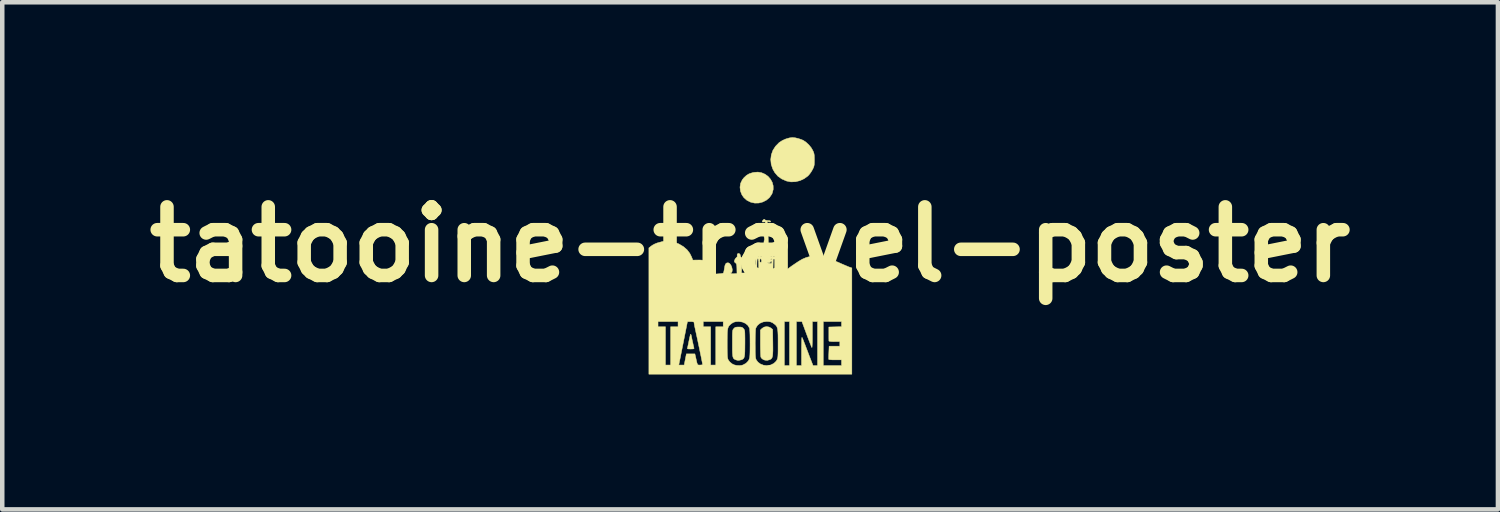
<source format=kicad_pcb>
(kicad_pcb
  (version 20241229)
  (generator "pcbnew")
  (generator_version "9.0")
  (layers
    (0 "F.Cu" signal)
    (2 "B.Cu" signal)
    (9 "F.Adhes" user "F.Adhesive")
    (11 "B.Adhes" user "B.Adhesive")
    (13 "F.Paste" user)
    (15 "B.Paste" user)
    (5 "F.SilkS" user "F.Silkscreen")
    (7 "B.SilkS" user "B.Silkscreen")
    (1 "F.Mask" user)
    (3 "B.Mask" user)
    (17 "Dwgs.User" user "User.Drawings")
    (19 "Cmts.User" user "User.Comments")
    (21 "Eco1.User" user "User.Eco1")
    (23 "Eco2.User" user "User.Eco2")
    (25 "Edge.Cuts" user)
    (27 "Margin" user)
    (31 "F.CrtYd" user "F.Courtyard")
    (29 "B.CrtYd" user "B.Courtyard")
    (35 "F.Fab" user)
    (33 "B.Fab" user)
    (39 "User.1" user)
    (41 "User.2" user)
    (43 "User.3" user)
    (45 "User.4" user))
  (footprint "tatooine-travel-poster"
    (layer "F.Cu")
    (at 13.614 2.38)
    (property "Reference" "tatooine-travel-poster" (at 0 0 0) (layer "F.SilkS") (effects (font (size 1.524 1.524) (thickness 0.3))))
    (attr through_hole)
    (fp_poly (pts (xy -1.312 2.005) (xy -1.304 2.033) (xy -1.302 2.048) (xy -1.294 2.087) (xy -1.283 2.14) (xy -1.27 2.196) (xy -1.269 2.203) (xy -1.258 2.252) (xy -1.249 2.29) (xy -1.245 2.312) (xy -1.245 2.315) (xy -1.256 2.32) (xy -1.286 2.323) (xy -1.322 2.324) (xy -1.365 2.323) (xy -1.388 2.319) (xy -1.394 2.311) (xy -1.393 2.305) (xy -1.387 2.286) (xy -1.379 2.247) (xy -1.368 2.195) (xy -1.357 2.14) (xy -1.345 2.083) (xy -1.334 2.036) (xy -1.325 2.005) (xy -1.319 1.994) (xy -1.312 2.005)) (stroke (width 0.01) (type solid)) (fill yes) (layer "F.SilkS"))
    (fp_poly (pts (xy 0.258 -1.592) (xy 0.334 -1.559) (xy 0.4 -1.511) (xy 0.453 -1.45) (xy 0.492 -1.38) (xy 0.513 -1.303) (xy 0.514 -1.222) (xy 0.493 -1.141) (xy 0.482 -1.116) (xy 0.431 -1.042) (xy 0.363 -0.984) (xy 0.283 -0.943) (xy 0.195 -0.92) (xy 0.104 -0.918) (xy 0.015 -0.938) (xy -0.07 -0.98) (xy -0.137 -1.039) (xy -0.18 -1.1) (xy -0.214 -1.185) (xy -0.224 -1.271) (xy -0.211 -1.356) (xy -0.173 -1.435) (xy -0.136 -1.482) (xy -0.081 -1.533) (xy -0.021 -1.569) (xy 0.052 -1.593) (xy 0.084 -1.6) (xy 0.174 -1.607) (xy 0.258 -1.592)) (stroke (width 0.01) (type solid)) (fill yes) (layer "F.SilkS"))
    (fp_poly (pts (xy 0.421 1.835) (xy 0.466 1.859) (xy 0.502 1.89) (xy 0.506 2.179) (xy 0.507 2.283) (xy 0.507 2.365) (xy 0.504 2.427) (xy 0.5 2.474) (xy 0.492 2.507) (xy 0.48 2.53) (xy 0.465 2.546) (xy 0.444 2.557) (xy 0.436 2.561) (xy 0.381 2.576) (xy 0.329 2.571) (xy 0.295 2.559) (xy 0.263 2.537) (xy 0.242 2.509) (xy 0.241 2.508) (xy 0.237 2.486) (xy 0.234 2.442) (xy 0.232 2.382) (xy 0.23 2.308) (xy 0.229 2.225) (xy 0.229 2.189) (xy 0.229 1.903) (xy 0.266 1.866) (xy 0.311 1.837) (xy 0.366 1.826) (xy 0.421 1.835)) (stroke (width 0.01) (type solid)) (fill yes) (layer "F.SilkS"))
    (fp_poly (pts (xy 1.006 -2.368) (xy 1.08 -2.35) (xy 1.154 -2.324) (xy 1.185 -2.31) (xy 1.243 -2.27) (xy 1.303 -2.215) (xy 1.356 -2.151) (xy 1.393 -2.088) (xy 1.41 -2.051) (xy 1.42 -2.018) (xy 1.426 -1.982) (xy 1.428 -1.934) (xy 1.429 -1.879) (xy 1.428 -1.817) (xy 1.426 -1.774) (xy 1.42 -1.74) (xy 1.409 -1.708) (xy 1.391 -1.671) (xy 1.385 -1.66) (xy 1.355 -1.608) (xy 1.318 -1.558) (xy 1.286 -1.522) (xy 1.202 -1.461) (xy 1.108 -1.417) (xy 1.008 -1.393) (xy 0.907 -1.389) (xy 0.812 -1.408) (xy 0.811 -1.408) (xy 0.705 -1.454) (xy 0.619 -1.515) (xy 0.55 -1.595) (xy 0.504 -1.676) (xy 0.469 -1.781) (xy 0.459 -1.887) (xy 0.472 -1.991) (xy 0.507 -2.089) (xy 0.565 -2.18) (xy 0.643 -2.26) (xy 0.652 -2.267) (xy 0.718 -2.309) (xy 0.794 -2.343) (xy 0.873 -2.366) (xy 0.941 -2.375) (xy 1.006 -2.368)) (stroke (width 0.01) (type solid)) (fill yes) (layer "F.SilkS"))
    (fp_poly (pts (xy -0.209 1.836) (xy -0.18 1.842) (xy -0.16 1.855) (xy -0.145 1.871) (xy -0.135 1.883) (xy -0.128 1.895) (xy -0.122 1.912) (xy -0.118 1.936) (xy -0.116 1.971) (xy -0.115 2.02) (xy -0.114 2.088) (xy -0.114 2.176) (xy -0.114 2.192) (xy -0.115 2.296) (xy -0.116 2.377) (xy -0.119 2.439) (xy -0.125 2.484) (xy -0.134 2.516) (xy -0.147 2.537) (xy -0.165 2.551) (xy -0.187 2.561) (xy -0.2 2.565) (xy -0.245 2.575) (xy -0.278 2.575) (xy -0.312 2.566) (xy -0.318 2.564) (xy -0.34 2.554) (xy -0.358 2.542) (xy -0.371 2.525) (xy -0.381 2.5) (xy -0.387 2.464) (xy -0.391 2.413) (xy -0.393 2.345) (xy -0.393 2.256) (xy -0.393 2.201) (xy -0.393 2.107) (xy -0.393 2.035) (xy -0.392 1.982) (xy -0.39 1.944) (xy -0.387 1.917) (xy -0.382 1.899) (xy -0.375 1.886) (xy -0.366 1.875) (xy -0.363 1.871) (xy -0.343 1.851) (xy -0.321 1.84) (xy -0.289 1.836) (xy -0.254 1.835) (xy -0.209 1.836)) (stroke (width 0.01) (type solid)) (fill yes) (layer "F.SilkS"))
    (fp_poly (pts (xy 0.325 -0.556) (xy 0.333 -0.545) (xy 0.347 -0.537) (xy 0.378 -0.531) (xy 0.397 -0.53) (xy 0.437 -0.527) (xy 0.455 -0.518) (xy 0.457 -0.511) (xy 0.45 -0.5) (xy 0.427 -0.5) (xy 0.419 -0.502) (xy 0.381 -0.51) (xy 0.381 -0.389) (xy 0.382 -0.336) (xy 0.385 -0.293) (xy 0.39 -0.267) (xy 0.392 -0.261) (xy 0.396 -0.247) (xy 0.4 -0.211) (xy 0.402 -0.159) (xy 0.404 -0.093) (xy 0.405 -0.029) (xy 0.406 0.053) (xy 0.407 0.113) (xy 0.409 0.156) (xy 0.413 0.183) (xy 0.418 0.201) (xy 0.425 0.211) (xy 0.429 0.213) (xy 0.447 0.232) (xy 0.451 0.244) (xy 0.461 0.26) (xy 0.468 0.264) (xy 0.477 0.262) (xy 0.481 0.244) (xy 0.481 0.206) (xy 0.481 0.19) (xy 0.48 0.14) (xy 0.485 0.112) (xy 0.492 0.105) (xy 0.501 0.109) (xy 0.506 0.132) (xy 0.508 0.177) (xy 0.508 0.183) (xy 0.509 0.23) (xy 0.514 0.256) (xy 0.522 0.266) (xy 0.527 0.267) (xy 0.55 0.269) (xy 0.556 0.27) (xy 0.561 0.26) (xy 0.566 0.23) (xy 0.571 0.187) (xy 0.572 0.179) (xy 0.577 0.125) (xy 0.586 0.09) (xy 0.594 0.079) (xy 0.599 0.083) (xy 0.603 0.099) (xy 0.606 0.13) (xy 0.608 0.179) (xy 0.609 0.247) (xy 0.61 0.337) (xy 0.61 0.38) (xy 0.61 0.473) (xy 0.611 0.553) (xy 0.614 0.616) (xy 0.616 0.66) (xy 0.62 0.683) (xy 0.621 0.686) (xy 0.637 0.679) (xy 0.666 0.662) (xy 0.705 0.638) (xy 0.746 0.611) (xy 0.783 0.585) (xy 0.811 0.565) (xy 0.863 0.525) (xy 0.926 0.479) (xy 0.995 0.432) (xy 1.062 0.387) (xy 1.122 0.35) (xy 1.165 0.326) (xy 1.242 0.293) (xy 1.328 0.269) (xy 1.412 0.256) (xy 1.447 0.254) (xy 1.513 0.257) (xy 1.582 0.267) (xy 1.657 0.285) (xy 1.741 0.311) (xy 1.838 0.348) (xy 1.952 0.395) (xy 2.019 0.425) (xy 2.079 0.451) (xy 2.136 0.475) (xy 2.182 0.495) (xy 2.207 0.504) (xy 2.261 0.523) (xy 2.261 2.883) (xy -2.248 2.883) (xy -2.248 1.714) (xy -2.045 1.714) (xy -2.045 1.829) (xy -1.88 1.829) (xy -1.88 2.68) (xy -1.765 2.68) (xy -1.584 2.68) (xy -1.464 2.68) (xy -1.415 2.432) (xy -1.226 2.432) (xy -1.208 2.508) (xy -1.193 2.576) (xy -1.182 2.624) (xy -1.172 2.654) (xy -1.162 2.671) (xy -1.15 2.678) (xy -1.133 2.68) (xy -1.111 2.68) (xy -1.077 2.677) (xy -1.057 2.672) (xy -1.054 2.669) (xy -1.057 2.654) (xy -1.064 2.617) (xy -1.075 2.563) (xy -1.088 2.495) (xy -1.105 2.417) (xy -1.122 2.332) (xy -1.141 2.243) (xy -1.159 2.155) (xy -1.177 2.071) (xy -1.194 1.994) (xy -1.208 1.929) (xy -1.219 1.878) (xy -1.219 1.875) (xy -1.231 1.823) (xy -1.239 1.777) (xy -1.244 1.746) (xy -1.245 1.739) (xy -1.248 1.725) (xy -1.261 1.718) (xy -1.291 1.715) (xy -1.318 1.715) (xy -1.391 1.715) (xy -1.487 2.197) (xy -1.584 2.68) (xy -1.765 2.68) (xy -1.765 1.829) (xy -1.6 1.829) (xy -1.6 1.714) (xy -1.041 1.714) (xy -1.041 1.829) (xy -0.876 1.829) (xy -0.876 2.68) (xy -0.762 2.68) (xy -0.762 2.204) (xy -0.508 2.204) (xy -0.508 2.305) (xy -0.507 2.384) (xy -0.505 2.444) (xy -0.503 2.488) (xy -0.499 2.52) (xy -0.494 2.543) (xy -0.487 2.561) (xy -0.487 2.561) (xy -0.451 2.611) (xy -0.398 2.654) (xy -0.349 2.677) (xy -0.299 2.688) (xy -0.24 2.691) (xy -0.186 2.686) (xy -0.156 2.677) (xy -0.089 2.64) (xy -0.043 2.593) (xy -0.024 2.56) (xy -0.017 2.541) (xy -0.011 2.519) (xy -0.007 2.491) (xy -0.004 2.452) (xy -0.002 2.4) (xy -0.001 2.331) (xy -0.000341 2.242) (xy -0.000286 2.206) (xy 0.114 2.206) (xy 0.115 2.306) (xy 0.115 2.385) (xy 0.117 2.444) (xy 0.12 2.489) (xy 0.123 2.521) (xy 0.129 2.544) (xy 0.135 2.561) (xy 0.174 2.615) (xy 0.231 2.657) (xy 0.298 2.683) (xy 0.372 2.692) (xy 0.446 2.682) (xy 0.458 2.678) (xy 0.529 2.643) (xy 0.58 2.594) (xy 0.597 2.565) (xy 0.605 2.548) (xy 0.611 2.528) (xy 0.616 2.504) (xy 0.619 2.47) (xy 0.621 2.424) (xy 0.622 2.362) (xy 0.622 2.281) (xy 0.622 2.204) (xy 0.622 2.097) (xy 0.621 2.012) (xy 0.618 1.946) (xy 0.613 1.896) (xy 0.606 1.859) (xy 0.595 1.83) (xy 0.581 1.807) (xy 0.562 1.787) (xy 0.545 1.773) (xy 0.498 1.739) (xy 0.451 1.72) (xy 0.408 1.714) (xy 0.762 1.714) (xy 0.762 2.692) (xy 0.876 2.692) (xy 0.876 1.714) (xy 1.029 1.714) (xy 1.029 2.692) (xy 1.143 2.692) (xy 1.143 2.372) (xy 1.143 2.286) (xy 1.145 2.209) (xy 1.146 2.146) (xy 1.148 2.098) (xy 1.151 2.07) (xy 1.153 2.064) (xy 1.162 2.08) (xy 1.177 2.115) (xy 1.196 2.164) (xy 1.218 2.221) (xy 1.219 2.223) (xy 1.246 2.295) (xy 1.279 2.38) (xy 1.311 2.466) (xy 1.336 2.53) (xy 1.399 2.692) (xy 1.499 2.692) (xy 1.499 1.714) (xy 1.626 1.714) (xy 1.626 2.692) (xy 2.032 2.692) (xy 2.032 2.565) (xy 1.893 2.565) (xy 1.836 2.565) (xy 1.79 2.562) (xy 1.759 2.559) (xy 1.749 2.556) (xy 1.747 2.54) (xy 1.747 2.504) (xy 1.748 2.454) (xy 1.75 2.403) (xy 1.756 2.261) (xy 1.994 2.261) (xy 1.994 2.159) (xy 1.873 2.159) (xy 1.812 2.158) (xy 1.773 2.154) (xy 1.754 2.148) (xy 1.751 2.143) (xy 1.751 2.125) (xy 1.75 2.087) (xy 1.75 2.035) (xy 1.75 1.981) (xy 1.75 1.835) (xy 2.032 1.828) (xy 2.032 1.714) (xy 1.626 1.714) (xy 1.499 1.714) (xy 1.384 1.714) (xy 1.384 2.009) (xy 1.384 2.098) (xy 1.383 2.173) (xy 1.38 2.232) (xy 1.378 2.272) (xy 1.375 2.291) (xy 1.373 2.292) (xy 1.366 2.277) (xy 1.351 2.242) (xy 1.33 2.189) (xy 1.305 2.124) (xy 1.276 2.048) (xy 1.257 1.997) (xy 1.152 1.714) (xy 1.029 1.714) (xy 0.876 1.714) (xy 0.762 1.714) (xy 0.408 1.714) (xy 0.394 1.713) (xy 0.367 1.712) (xy 0.29 1.722) (xy 0.221 1.751) (xy 0.166 1.796) (xy 0.13 1.854) (xy 0.128 1.858) (xy 0.123 1.883) (xy 0.12 1.931) (xy 0.117 1.999) (xy 0.115 2.084) (xy 0.114 2.185) (xy 0.114 2.206) (xy -0.000286 2.206) (xy -0.000279 2.201) (xy -0.001 2.098) (xy -0.002 2.01) (xy -0.005 1.939) (xy -0.009 1.889) (xy -0.013 1.86) (xy -0.014 1.858) (xy -0.049 1.799) (xy -0.103 1.754) (xy -0.172 1.724) (xy -0.251 1.713) (xy -0.315 1.716) (xy -0.364 1.729) (xy -0.41 1.756) (xy -0.431 1.773) (xy -0.453 1.793) (xy -0.471 1.814) (xy -0.484 1.838) (xy -0.494 1.868) (xy -0.501 1.909) (xy -0.505 1.964) (xy -0.507 2.034) (xy -0.508 2.125) (xy -0.508 2.204) (xy -0.762 2.204) (xy -0.762 1.829) (xy -0.597 1.829) (xy -0.597 1.714) (xy -1.041 1.714) (xy -1.6 1.714) (xy -2.045 1.714) (xy -2.248 1.714) (xy -2.248 0.078) (xy -2.201 0.04) (xy -2.165 0.015) (xy -2.116 -0.011) (xy -2.067 -0.031) (xy -1.944 -0.065) (xy -1.823 -0.073) (xy -1.705 -0.056) (xy -1.59 -0.014) (xy -1.581 -0.01) (xy -1.48 0.05) (xy -1.4 0.119) (xy -1.339 0.199) (xy -1.301 0.275) (xy -1.272 0.348) (xy -1.16 0.347) (xy -1.107 0.347) (xy -1.062 0.35) (xy -1.032 0.355) (xy -1.027 0.357) (xy -1.006 0.38) (xy -0.99 0.421) (xy -0.98 0.475) (xy -0.978 0.517) (xy -0.975 0.552) (xy -0.968 0.575) (xy -0.965 0.578) (xy -0.955 0.595) (xy -0.953 0.617) (xy -0.943 0.647) (xy -0.927 0.658) (xy -0.904 0.661) (xy -0.864 0.662) (xy -0.812 0.66) (xy -0.754 0.657) (xy -0.698 0.653) (xy -0.648 0.648) (xy -0.611 0.643) (xy -0.594 0.637) (xy -0.594 0.637) (xy -0.587 0.62) (xy -0.579 0.584) (xy -0.571 0.538) (xy -0.57 0.532) (xy -0.559 0.471) (xy -0.543 0.432) (xy -0.521 0.413) (xy -0.49 0.408) (xy -0.484 0.409) (xy -0.454 0.424) (xy -0.427 0.458) (xy -0.407 0.502) (xy -0.396 0.552) (xy -0.396 0.575) (xy -0.402 0.612) (xy -0.413 0.626) (xy -0.416 0.625) (xy -0.431 0.63) (xy -0.432 0.634) (xy -0.42 0.647) (xy -0.385 0.652) (xy -0.34 0.65) (xy -0.291 0.645) (xy -0.293 0.538) (xy -0.295 0.485) (xy -0.299 0.451) (xy -0.306 0.43) (xy -0.318 0.415) (xy -0.326 0.409) (xy -0.346 0.391) (xy -0.35 0.372) (xy -0.342 0.346) (xy -0.325 0.313) (xy -0.304 0.292) (xy -0.303 0.291) (xy -0.285 0.272) (xy -0.286 0.253) (xy -0.286 0.224) (xy -0.279 0.209) (xy -0.258 0.199) (xy -0.235 0.207) (xy -0.219 0.229) (xy -0.216 0.247) (xy -0.209 0.273) (xy -0.199 0.283) (xy -0.182 0.298) (xy -0.161 0.326) (xy -0.155 0.335) (xy -0.128 0.38) (xy -0.155 0.399) (xy -0.168 0.412) (xy -0.177 0.432) (xy -0.182 0.464) (xy -0.185 0.516) (xy -0.186 0.525) (xy -0.191 0.634) (xy -0.038 0.637) (xy 0.114 0.641) (xy 0.117 0.495) (xy 0.117 0.483) (xy 0.152 0.483) (xy 0.153 0.551) (xy 0.154 0.598) (xy 0.158 0.628) (xy 0.163 0.643) (xy 0.17 0.648) (xy 0.171 0.648) (xy 0.179 0.644) (xy 0.185 0.63) (xy 0.186 0.622) (xy 0.216 0.622) (xy 0.224 0.643) (xy 0.235 0.648) (xy 0.25 0.637) (xy 0.254 0.622) (xy 0.249 0.61) (xy 0.457 0.61) (xy 0.463 0.63) (xy 0.47 0.635) (xy 0.48 0.624) (xy 0.483 0.61) (xy 0.477 0.589) (xy 0.47 0.584) (xy 0.46 0.595) (xy 0.457 0.61) (xy 0.249 0.61) (xy 0.246 0.602) (xy 0.235 0.597) (xy 0.219 0.607) (xy 0.216 0.622) (xy 0.186 0.622) (xy 0.188 0.603) (xy 0.19 0.559) (xy 0.19 0.544) (xy 0.51 0.544) (xy 0.51 0.597) (xy 0.511 0.637) (xy 0.514 0.657) (xy 0.514 0.657) (xy 0.53 0.67) (xy 0.549 0.671) (xy 0.561 0.668) (xy 0.569 0.662) (xy 0.574 0.647) (xy 0.576 0.62) (xy 0.578 0.577) (xy 0.578 0.514) (xy 0.578 0.495) (xy 0.578 0.324) (xy 0.514 0.324) (xy 0.511 0.482) (xy 0.51 0.544) (xy 0.19 0.544) (xy 0.19 0.493) (xy 0.191 0.483) (xy 0.19 0.414) (xy 0.19 0.41) (xy 0.375 0.41) (xy 0.419 0.418) (xy 0.457 0.423) (xy 0.476 0.419) (xy 0.482 0.401) (xy 0.483 0.393) (xy 0.477 0.373) (xy 0.47 0.368) (xy 0.459 0.379) (xy 0.457 0.387) (xy 0.445 0.403) (xy 0.416 0.408) (xy 0.375 0.41) (xy 0.19 0.41) (xy 0.189 0.367) (xy 0.188 0.362) (xy 0.216 0.362) (xy 0.22 0.395) (xy 0.233 0.406) (xy 0.235 0.406) (xy 0.249 0.397) (xy 0.254 0.366) (xy 0.254 0.362) (xy 0.25 0.33) (xy 0.457 0.33) (xy 0.467 0.343) (xy 0.47 0.343) (xy 0.482 0.333) (xy 0.483 0.33) (xy 0.473 0.318) (xy 0.47 0.318) (xy 0.458 0.327) (xy 0.457 0.33) (xy 0.25 0.33) (xy 0.25 0.329) (xy 0.237 0.318) (xy 0.235 0.318) (xy 0.221 0.327) (xy 0.216 0.358) (xy 0.216 0.362) (xy 0.188 0.362) (xy 0.185 0.337) (xy 0.18 0.322) (xy 0.173 0.318) (xy 0.171 0.318) (xy 0.164 0.321) (xy 0.158 0.335) (xy 0.155 0.362) (xy 0.153 0.406) (xy 0.152 0.472) (xy 0.152 0.483) (xy 0.117 0.483) (xy 0.118 0.418) (xy 0.119 0.332) (xy 0.12 0.251) (xy 0.12 0.216) (xy 0.121 0.155) (xy 0.124 0.115) (xy 0.129 0.092) (xy 0.136 0.083) (xy 0.14 0.083) (xy 0.15 0.087) (xy 0.154 0.104) (xy 0.156 0.137) (xy 0.154 0.181) (xy 0.152 0.231) (xy 0.154 0.26) (xy 0.159 0.275) (xy 0.169 0.279) (xy 0.172 0.279) (xy 0.183 0.277) (xy 0.189 0.267) (xy 0.19 0.244) (xy 0.188 0.203) (xy 0.186 0.172) (xy 0.183 0.11) (xy 0.185 0.072) (xy 0.192 0.056) (xy 0.209 0.056) (xy 0.221 0.08) (xy 0.226 0.128) (xy 0.226 0.171) (xy 0.227 0.222) (xy 0.233 0.255) (xy 0.243 0.267) (xy 0.257 0.256) (xy 0.267 0.235) (xy 0.281 0.212) (xy 0.295 0.207) (xy 0.302 0.203) (xy 0.307 0.185) (xy 0.308 0.149) (xy 0.308 0.091) (xy 0.307 0.067) (xy 0.307 0.005) (xy 0.308 -0.045) (xy 0.311 -0.079) (xy 0.315 -0.092) (xy 0.321 -0.114) (xy 0.316 -0.144) (xy 0.306 -0.198) (xy 0.308 -0.239) (xy 0.323 -0.263) (xy 0.324 -0.264) (xy 0.334 -0.274) (xy 0.339 -0.295) (xy 0.341 -0.331) (xy 0.34 -0.387) (xy 0.34 -0.388) (xy 0.337 -0.502) (xy 0.302 -0.498) (xy 0.274 -0.499) (xy 0.269 -0.511) (xy 0.284 -0.536) (xy 0.284 -0.537) (xy 0.307 -0.556) (xy 0.325 -0.556)) (stroke (width 0.01) (type solid)) (fill yes) (layer "F.SilkS")))
  (gr_rect
    (start -3 -3)
    (end 30.229 8.267)
    (stroke (width 0.1) (type default))
    (fill no)
    (layer "Edge.Cuts")))
</source>
